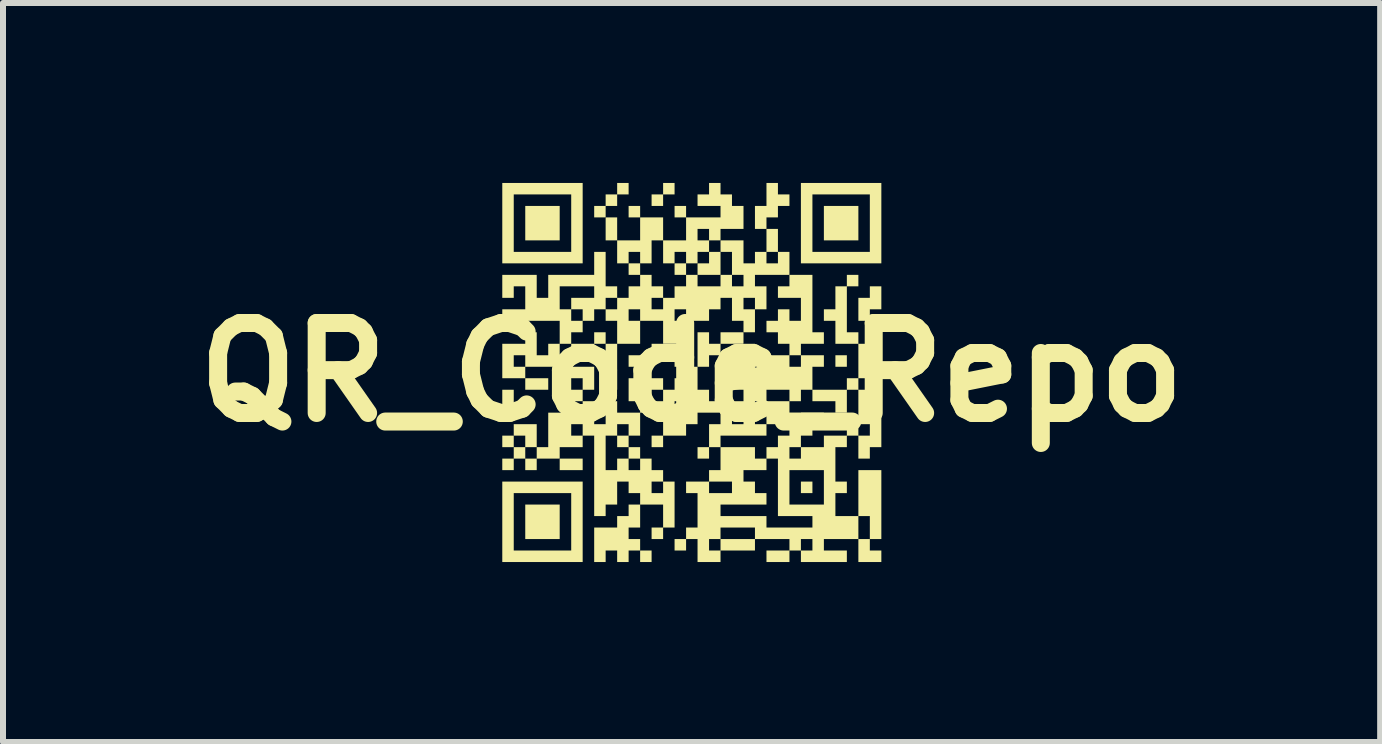
<source format=kicad_pcb>
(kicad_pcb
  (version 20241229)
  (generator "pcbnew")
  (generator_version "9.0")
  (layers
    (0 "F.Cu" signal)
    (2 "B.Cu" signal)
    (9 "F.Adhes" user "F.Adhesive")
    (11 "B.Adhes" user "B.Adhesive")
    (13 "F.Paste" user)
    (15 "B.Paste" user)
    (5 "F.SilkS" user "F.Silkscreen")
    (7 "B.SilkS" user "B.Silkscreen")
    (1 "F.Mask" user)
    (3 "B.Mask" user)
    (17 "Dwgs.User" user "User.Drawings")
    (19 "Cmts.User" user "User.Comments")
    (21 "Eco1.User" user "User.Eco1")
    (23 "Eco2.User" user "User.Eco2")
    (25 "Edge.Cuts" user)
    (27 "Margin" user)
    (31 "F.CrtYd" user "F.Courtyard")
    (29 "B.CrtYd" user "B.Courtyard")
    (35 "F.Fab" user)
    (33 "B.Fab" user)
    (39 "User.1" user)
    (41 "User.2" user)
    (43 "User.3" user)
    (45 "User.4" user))
  (footprint "QR_Code_Repo"
    (layer "F.Cu")
    (at 8.479 3.156)
    (property "Reference" "QR_Code_Repo" (at 0 0 0) (layer "F.SilkS") (effects (font (size 1.5 1.5) (thickness 0.3))))
    (attr board_only exclude_from_pos_files exclude_from_bom allow_missing_courtyard)
    (fp_poly (pts (xy -2.965 0.482) (xy -2.965 0.673) (xy -3.06 0.673) (xy -3.156 0.673) (xy -3.156 0.482) (xy -3.156 0.291) (xy -3.06 0.291) (xy -2.965 0.291)) (stroke (width 0) (type solid)) (fill yes) (layer "F.SilkS"))
    (fp_poly (pts (xy -2.39 0.195) (xy -2.39 0.291) (xy -2.582 0.291) (xy -2.773 0.291) (xy -2.773 0.195) (xy -2.773 0.099) (xy -2.582 0.099) (xy -2.39 0.099)) (stroke (width 0) (type solid)) (fill yes) (layer "F.SilkS"))
    (fp_poly (pts (xy -2.199 -2.486) (xy -2.199 -2.199) (xy -2.486 -2.199) (xy -2.773 -2.199) (xy -2.773 -2.486) (xy -2.773 -2.773) (xy -2.486 -2.773) (xy -2.199 -2.773)) (stroke (width 0) (type solid)) (fill yes) (layer "F.SilkS"))
    (fp_poly (pts (xy -2.199 2.492) (xy -2.199 2.78) (xy -2.486 2.78) (xy -2.773 2.78) (xy -2.773 2.492) (xy -2.773 2.205) (xy -2.486 2.205) (xy -2.199 2.205)) (stroke (width 0) (type solid)) (fill yes) (layer "F.SilkS"))
    (fp_poly (pts (xy -1.816 1.535) (xy -1.816 1.631) (xy -2.007 1.631) (xy -2.199 1.631) (xy -2.199 1.535) (xy -2.199 1.439) (xy -2.007 1.439) (xy -1.816 1.439)) (stroke (width 0) (type solid)) (fill yes) (layer "F.SilkS"))
    (fp_poly (pts (xy -1.241 -0.092) (xy -1.241 0.291) (xy -1.337 0.291) (xy -1.433 0.291) (xy -1.433 -0.092) (xy -1.433 -0.475) (xy -1.337 -0.475) (xy -1.241 -0.475)) (stroke (width 0) (type solid)) (fill yes) (layer "F.SilkS"))
    (fp_poly (pts (xy -0.858 -2.677) (xy -0.858 -2.582) (xy -0.954 -2.582) (xy -1.05 -2.582) (xy -1.05 -2.677) (xy -1.05 -2.773) (xy -0.954 -2.773) (xy -0.858 -2.773)) (stroke (width 0) (type solid)) (fill yes) (layer "F.SilkS"))
    (fp_poly (pts (xy -0.858 -1.72) (xy -0.858 -1.624) (xy -0.954 -1.624) (xy -1.05 -1.624) (xy -1.05 -1.72) (xy -1.05 -1.816) (xy -0.954 -1.816) (xy -0.858 -1.816)) (stroke (width 0) (type solid)) (fill yes) (layer "F.SilkS"))
    (fp_poly (pts (xy -0.858 -0.188) (xy -0.858 -0.092) (xy -0.954 -0.092) (xy -1.05 -0.092) (xy -1.05 -0.188) (xy -1.05 -0.284) (xy -0.954 -0.284) (xy -0.858 -0.284)) (stroke (width 0) (type solid)) (fill yes) (layer "F.SilkS"))
    (fp_poly (pts (xy -0.667 3.067) (xy -0.667 3.163) (xy -0.763 3.163) (xy -0.858 3.163) (xy -0.858 3.067) (xy -0.858 2.971) (xy -0.763 2.971) (xy -0.667 2.971)) (stroke (width 0) (type solid)) (fill yes) (layer "F.SilkS"))
    (fp_poly (pts (xy -0.475 -0.38) (xy -0.475 -0.284) (xy -0.571 -0.284) (xy -0.667 -0.284) (xy -0.667 -0.38) (xy -0.667 -0.475) (xy -0.571 -0.475) (xy -0.475 -0.475)) (stroke (width 0) (type solid)) (fill yes) (layer "F.SilkS"))
    (fp_poly (pts (xy -0.092 -1.72) (xy -0.092 -1.624) (xy -0.188 -1.624) (xy -0.284 -1.624) (xy -0.284 -1.72) (xy -0.284 -1.816) (xy -0.188 -1.816) (xy -0.092 -1.816)) (stroke (width 0) (type solid)) (fill yes) (layer "F.SilkS"))
    (fp_poly (pts (xy -0.092 -0.188) (xy -0.092 -0.092) (xy -0.188 -0.092) (xy -0.284 -0.092) (xy -0.284 -0.188) (xy -0.284 -0.284) (xy -0.188 -0.284) (xy -0.092 -0.284)) (stroke (width 0) (type solid)) (fill yes) (layer "F.SilkS"))
    (fp_poly (pts (xy 1.631 0.673) (xy 1.631 0.865) (xy 1.439 0.865) (xy 1.248 0.865) (xy 1.248 0.673) (xy 1.248 0.482) (xy 1.439 0.482) (xy 1.631 0.482)) (stroke (width 0) (type solid)) (fill yes) (layer "F.SilkS"))
    (fp_poly (pts (xy 2.014 1.918) (xy 2.014 2.014) (xy 1.918 2.014) (xy 1.822 2.014) (xy 1.822 1.918) (xy 1.822 1.822) (xy 1.918 1.822) (xy 2.014 1.822)) (stroke (width 0) (type solid)) (fill yes) (layer "F.SilkS"))
    (fp_poly (pts (xy 2.588 -0.188) (xy 2.588 -0.092) (xy 2.492 -0.092) (xy 2.397 -0.092) (xy 2.397 -0.188) (xy 2.397 -0.284) (xy 2.492 -0.284) (xy 2.588 -0.284)) (stroke (width 0) (type solid)) (fill yes) (layer "F.SilkS"))
    (fp_poly (pts (xy 2.78 -2.486) (xy 2.78 -2.199) (xy 2.492 -2.199) (xy 2.205 -2.199) (xy 2.205 -2.486) (xy 2.205 -2.773) (xy 2.492 -2.773) (xy 2.78 -2.773)) (stroke (width 0) (type solid)) (fill yes) (layer "F.SilkS"))
    (fp_poly (pts (xy 0.482 -1.816) (xy 0.482 -1.624) (xy 0.291 -1.624) (xy 0.099 -1.624) (xy 0.099 -1.72) (xy 0.099 -1.816) (xy 0.195 -1.816) (xy 0.291 -1.816) (xy 0.291 -1.911) (xy 0.291 -2.007) (xy 0.386 -2.007) (xy 0.482 -2.007)) (stroke (width 0) (type solid)) (fill yes) (layer "F.SilkS"))
    (fp_poly (pts (xy -1.433 -0.571) (xy -1.433 -0.475) (xy -1.528 -0.475) (xy -1.624 -0.475) (xy -1.624 -0.38) (xy -1.624 -0.284) (xy -1.816 -0.284) (xy -2.007 -0.284) (xy -2.007 -0.38) (xy -2.007 -0.475) (xy -1.816 -0.475) (xy -1.624 -0.475) (xy -1.624 -0.571) (xy -1.624 -0.667) (xy -1.528 -0.667) (xy -1.433 -0.667)) (stroke (width 0) (type solid)) (fill yes) (layer "F.SilkS"))
    (fp_poly (pts (xy -0.284 -3.06) (xy -0.284 -2.965) (xy -0.38 -2.965) (xy -0.475 -2.965) (xy -0.475 -2.869) (xy -0.475 -2.773) (xy -0.571 -2.773) (xy -0.667 -2.773) (xy -0.667 -2.869) (xy -0.667 -2.965) (xy -0.571 -2.965) (xy -0.475 -2.965) (xy -0.475 -3.06) (xy -0.475 -3.156) (xy -0.38 -3.156) (xy -0.284 -3.156)) (stroke (width 0) (type solid)) (fill yes) (layer "F.SilkS"))
    (fp_poly (pts (xy 3.163 -1.241) (xy 3.163 -1.05) (xy 3.067 -1.05) (xy 2.971 -1.05) (xy 2.971 -0.954) (xy 2.971 -0.858) (xy 2.875 -0.858) (xy 2.78 -0.858) (xy 2.78 -1.05) (xy 2.78 -1.241) (xy 2.875 -1.241) (xy 2.971 -1.241) (xy 2.971 -1.337) (xy 2.971 -1.433) (xy 3.067 -1.433) (xy 3.163 -1.433)) (stroke (width 0) (type solid)) (fill yes) (layer "F.SilkS"))
    (fp_poly (pts (xy -1.816 -2.486) (xy -1.816 -1.816) (xy -2.486 -1.816) (xy -3.156 -1.816) (xy -3.156 -2.486) (xy -3.156 -2.965) (xy -2.965 -2.965) (xy -2.965 -2.486) (xy -2.965 -2.007) (xy -2.486 -2.007) (xy -2.007 -2.007) (xy -2.007 -2.486) (xy -2.007 -2.965) (xy -2.486 -2.965) (xy -2.965 -2.965) (xy -3.156 -2.965) (xy -3.156 -3.156) (xy -2.486 -3.156) (xy -1.816 -3.156)) (stroke (width 0) (type solid)) (fill yes) (layer "F.SilkS"))
    (fp_poly (pts (xy -1.816 2.492) (xy -1.816 3.163) (xy -2.486 3.163) (xy -3.156 3.163) (xy -3.156 2.492) (xy -3.156 2.014) (xy -2.965 2.014) (xy -2.965 2.492) (xy -2.965 2.971) (xy -2.486 2.971) (xy -2.007 2.971) (xy -2.007 2.492) (xy -2.007 2.014) (xy -2.486 2.014) (xy -2.965 2.014) (xy -3.156 2.014) (xy -3.156 1.822) (xy -2.486 1.822) (xy -1.816 1.822)) (stroke (width 0) (type solid)) (fill yes) (layer "F.SilkS"))
    (fp_poly (pts (xy 3.163 -2.486) (xy 3.163 -1.816) (xy 2.492 -1.816) (xy 1.822 -1.816) (xy 1.822 -2.486) (xy 1.822 -2.965) (xy 2.014 -2.965) (xy 2.014 -2.486) (xy 2.014 -2.007) (xy 2.492 -2.007) (xy 2.971 -2.007) (xy 2.971 -2.486) (xy 2.971 -2.965) (xy 2.492 -2.965) (xy 2.014 -2.965) (xy 1.822 -2.965) (xy 1.822 -3.156) (xy 2.492 -3.156) (xy 3.163 -3.156)) (stroke (width 0) (type solid)) (fill yes) (layer "F.SilkS"))
    (fp_poly (pts (xy -1.05 -3.06) (xy -1.05 -2.965) (xy -1.146 -2.965) (xy -1.241 -2.965) (xy -1.241 -2.869) (xy -1.241 -2.773) (xy -1.337 -2.773) (xy -1.433 -2.773) (xy -1.433 -2.677) (xy -1.433 -2.582) (xy -1.528 -2.582) (xy -1.624 -2.582) (xy -1.624 -2.677) (xy -1.624 -2.773) (xy -1.528 -2.773) (xy -1.433 -2.773) (xy -1.433 -2.869) (xy -1.433 -2.965) (xy -1.337 -2.965) (xy -1.241 -2.965) (xy -1.241 -3.06) (xy -1.241 -3.156) (xy -1.146 -3.156) (xy -1.05 -3.156)) (stroke (width 0) (type solid)) (fill yes) (layer "F.SilkS"))
    (fp_poly (pts (xy 0.291 -0.571) (xy 0.291 -0.475) (xy 0.386 -0.475) (xy 0.482 -0.475) (xy 0.482 -0.571) (xy 0.482 -0.667) (xy 0.673 -0.667) (xy 0.865 -0.667) (xy 0.865 -0.571) (xy 0.865 -0.475) (xy 0.673 -0.475) (xy 0.482 -0.475) (xy 0.482 -0.38) (xy 0.482 -0.284) (xy 0.386 -0.284) (xy 0.291 -0.284) (xy 0.291 -0.188) (xy 0.291 -0.092) (xy 0.195 -0.092) (xy 0.099 -0.092) (xy 0.099 -0.38) (xy 0.099 -0.667) (xy 0.195 -0.667) (xy 0.291 -0.667)) (stroke (width 0) (type solid)) (fill yes) (layer "F.SilkS"))
    (fp_poly (pts (xy 1.439 -3.06) (xy 1.439 -2.965) (xy 1.535 -2.965) (xy 1.631 -2.965) (xy 1.631 -2.869) (xy 1.631 -2.773) (xy 1.535 -2.773) (xy 1.439 -2.773) (xy 1.439 -2.677) (xy 1.439 -2.582) (xy 1.344 -2.582) (xy 1.248 -2.582) (xy 1.248 -2.486) (xy 1.248 -2.39) (xy 1.152 -2.39) (xy 1.056 -2.39) (xy 1.056 -2.582) (xy 1.056 -2.773) (xy 1.152 -2.773) (xy 1.248 -2.773) (xy 1.248 -2.965) (xy 1.248 -3.156) (xy 1.344 -3.156) (xy 1.439 -3.156)) (stroke (width 0) (type solid)) (fill yes) (layer "F.SilkS"))
    (fp_poly (pts (xy 0.482 -3.06) (xy 0.482 -2.965) (xy 0.578 -2.965) (xy 0.673 -2.965) (xy 0.673 -2.869) (xy 0.673 -2.773) (xy 0.769 -2.773) (xy 0.865 -2.773) (xy 0.865 -2.582) (xy 0.865 -2.39) (xy 0.673 -2.39) (xy 0.482 -2.39) (xy 0.482 -2.294) (xy 0.482 -2.199) (xy 0.386 -2.199) (xy 0.291 -2.199) (xy 0.291 -2.103) (xy 0.291 -2.007) (xy 0.195 -2.007) (xy 0.099 -2.007) (xy 0.099 -1.911) (xy 0.099 -1.816) (xy 0.003 -1.816) (xy -0.092 -1.816) (xy -0.092 -1.911) (xy -0.092 -2.007) (xy -0.188 -2.007) (xy -0.284 -2.007) (xy -0.284 -1.911) (xy -0.284 -1.816) (xy -0.38 -1.816) (xy -0.475 -1.816) (xy -0.475 -2.007) (xy -0.475 -2.199) (xy -0.571 -2.199) (xy -0.667 -2.199) (xy -0.667 -2.007) (xy -0.667 -1.816) (xy -0.763 -1.816) (xy -0.858 -1.816) (xy -0.858 -1.911) (xy -0.858 -2.007) (xy -0.954 -2.007) (xy -1.05 -2.007) (xy -1.05 -1.911) (xy -1.05 -1.816) (xy -1.146 -1.816) (xy -1.241 -1.816) (xy -1.241 -2.007) (xy -1.241 -2.199) (xy -1.337 -2.199) (xy -1.433 -2.199) (xy -1.433 -2.39) (xy -1.433 -2.582) (xy -1.337 -2.582) (xy -1.241 -2.582) (xy -1.241 -2.39) (xy -1.241 -2.199) (xy -1.05 -2.199) (xy -0.858 -2.199) (xy -0.858 -2.39) (xy -0.858 -2.582) (xy -0.667 -2.582) (xy -0.475 -2.582) (xy -0.475 -2.39) (xy -0.475 -2.199) (xy -0.284 -2.199) (xy -0.092 -2.199) (xy -0.092 -2.39) (xy 0.099 -2.39) (xy 0.099 -2.294) (xy 0.099 -2.199) (xy 0.195 -2.199) (xy 0.291 -2.199) (xy 0.291 -2.294) (xy 0.291 -2.39) (xy 0.195 -2.39) (xy 0.099 -2.39) (xy -0.092 -2.39) (xy -0.092 -2.582) (xy -0.188 -2.582) (xy -0.284 -2.582) (xy -0.284 -2.677) (xy -0.284 -2.773) (xy -0.188 -2.773) (xy -0.092 -2.773) (xy -0.092 -2.677) (xy -0.092 -2.582) (xy 0.195 -2.582) (xy 0.482 -2.582) (xy 0.482 -2.677) (xy 0.482 -2.773) (xy 0.291 -2.773) (xy 0.099 -2.773) (xy 0.099 -2.869) (xy 0.099 -2.965) (xy 0.195 -2.965) (xy 0.291 -2.965) (xy 0.291 -3.06) (xy 0.291 -3.156) (xy 0.386 -3.156) (xy 0.482 -3.156)) (stroke (width 0) (type solid)) (fill yes) (layer "F.SilkS"))
    (fp_poly (pts (xy 1.439 -2.199) (xy 1.439 -2.007) (xy 1.344 -2.007) (xy 1.248 -2.007) (xy 1.248 -1.911) (xy 1.248 -1.816) (xy 1.344 -1.816) (xy 1.439 -1.816) (xy 1.439 -1.911) (xy 1.439 -2.007) (xy 1.535 -2.007) (xy 1.631 -2.007) (xy 1.631 -1.816) (xy 1.631 -1.624) (xy 1.344 -1.624) (xy 1.056 -1.624) (xy 1.056 -1.528) (xy 1.056 -1.433) (xy 1.152 -1.433) (xy 1.248 -1.433) (xy 1.248 -1.241) (xy 1.248 -1.05) (xy 1.152 -1.05) (xy 1.056 -1.05) (xy 1.056 -1.146) (xy 1.056 -1.241) (xy 0.961 -1.241) (xy 0.865 -1.241) (xy 0.865 -1.146) (xy 0.865 -1.05) (xy 0.961 -1.05) (xy 1.056 -1.05) (xy 1.056 -0.858) (xy 1.056 -0.667) (xy 0.961 -0.667) (xy 0.865 -0.667) (xy 0.865 -0.763) (xy 0.865 -0.858) (xy 0.769 -0.858) (xy 0.673 -0.858) (xy 0.673 -1.05) (xy 0.673 -1.241) (xy 0.578 -1.241) (xy 0.482 -1.241) (xy 0.482 -1.146) (xy 0.482 -1.05) (xy 0.386 -1.05) (xy 0.291 -1.05) (xy 0.291 -0.954) (xy 0.291 -0.858) (xy 0.099 -0.858) (xy -0.092 -0.858) (xy -0.092 -0.954) (xy -0.092 -1.05) (xy -0.188 -1.05) (xy -0.284 -1.05) (xy -0.284 -0.954) (xy -0.284 -0.858) (xy -0.188 -0.858) (xy -0.092 -0.858) (xy -0.092 -0.667) (xy -0.092 -0.475) (xy -0.284 -0.475) (xy -0.475 -0.475) (xy -0.475 -0.667) (xy -0.475 -0.858) (xy -0.667 -0.858) (xy -0.858 -0.858) (xy -0.858 -0.667) (xy -0.858 -0.475) (xy -1.05 -0.475) (xy -1.241 -0.475) (xy -1.241 -0.667) (xy -1.241 -0.858) (xy -1.337 -0.858) (xy -1.433 -0.858) (xy -1.433 -0.954) (xy -1.433 -1.05) (xy -1.337 -1.05) (xy -1.241 -1.05) (xy -1.05 -1.05) (xy -1.05 -0.954) (xy -1.05 -0.858) (xy -0.954 -0.858) (xy -0.858 -0.858) (xy -0.858 -0.954) (xy -0.858 -1.05) (xy -0.954 -1.05) (xy -1.05 -1.05) (xy -1.241 -1.05) (xy -1.241 -1.146) (xy -1.241 -1.241) (xy -1.337 -1.241) (xy -1.433 -1.241) (xy -1.433 -1.146) (xy -1.433 -1.05) (xy -1.528 -1.05) (xy -1.624 -1.05) (xy -1.624 -0.954) (xy -1.624 -0.858) (xy -1.72 -0.858) (xy -1.816 -0.858) (xy -1.816 -0.954) (xy -1.816 -1.05) (xy -1.911 -1.05) (xy -2.007 -1.05) (xy -2.007 -0.954) (xy -2.007 -0.858) (xy -1.911 -0.858) (xy -1.816 -0.858) (xy -1.816 -0.763) (xy -1.816 -0.667) (xy -1.911 -0.667) (xy -2.007 -0.667) (xy -2.007 -0.571) (xy -2.007 -0.475) (xy -2.103 -0.475) (xy -2.199 -0.475) (xy -2.199 -0.38) (xy -2.199 -0.284) (xy -2.103 -0.284) (xy -2.007 -0.284) (xy -2.007 -0.188) (xy -2.007 -0.092) (xy -1.816 -0.092) (xy -1.624 -0.092) (xy -1.624 0.099) (xy -1.624 0.291) (xy -1.72 0.291) (xy -1.816 0.291) (xy -1.816 0.195) (xy -1.816 0.099) (xy -1.911 0.099) (xy -2.007 0.099) (xy -2.007 0.195) (xy -2.007 0.291) (xy -1.911 0.291) (xy -1.816 0.291) (xy -1.816 0.386) (xy -1.816 0.482) (xy -2.007 0.482) (xy -2.199 0.482) (xy -2.199 0.195) (xy -2.199 -0.092) (xy -2.486 -0.092) (xy -2.773 -0.092) (xy -2.773 0.003) (xy -2.773 0.099) (xy -2.965 0.099) (xy -3.156 0.099) (xy -3.156 -0.188) (xy -3.156 -0.284) (xy -2.965 -0.284) (xy -2.965 -0.188) (xy -2.965 -0.092) (xy -2.869 -0.092) (xy -2.773 -0.092) (xy -2.773 -0.188) (xy -2.773 -0.284) (xy -2.869 -0.284) (xy -2.965 -0.284) (xy -3.156 -0.284) (xy -3.156 -0.475) (xy -2.965 -0.475) (xy -2.773 -0.475) (xy -2.773 -0.571) (xy -2.773 -0.667) (xy -2.677 -0.667) (xy -2.582 -0.667) (xy -2.582 -0.475) (xy -2.582 -0.284) (xy -2.486 -0.284) (xy -2.39 -0.284) (xy -2.39 -0.38) (xy -2.39 -0.475) (xy -2.294 -0.475) (xy -2.199 -0.475) (xy -2.199 -0.667) (xy -2.199 -0.858) (xy -2.677 -0.858) (xy -3.156 -0.858) (xy -3.156 -0.954) (xy -3.156 -1.05) (xy -2.965 -1.05) (xy -2.773 -1.05) (xy -2.773 -1.241) (xy -2.773 -1.433) (xy -2.869 -1.433) (xy -2.965 -1.433) (xy -2.965 -1.337) (xy -2.965 -1.241) (xy -3.06 -1.241) (xy -3.156 -1.241) (xy -3.156 -1.433) (xy -3.156 -1.624) (xy -2.869 -1.624) (xy -2.582 -1.624) (xy -2.582 -1.433) (xy -2.582 -1.241) (xy -2.486 -1.241) (xy -2.39 -1.241) (xy -2.39 -1.433) (xy -2.199 -1.433) (xy -2.199 -1.241) (xy -2.199 -1.05) (xy -2.103 -1.05) (xy -2.007 -1.05) (xy -2.007 -1.146) (xy -2.007 -1.241) (xy -1.816 -1.241) (xy -1.624 -1.241) (xy -1.624 -1.337) (xy -1.624 -1.433) (xy -1.911 -1.433) (xy -2.199 -1.433) (xy -2.39 -1.433) (xy -2.39 -1.624) (xy -2.007 -1.624) (xy -1.624 -1.624) (xy -1.624 -1.816) (xy -1.624 -2.007) (xy -1.528 -2.007) (xy -1.433 -2.007) (xy -1.433 -1.72) (xy -1.433 -1.433) (xy -1.337 -1.433) (xy -1.241 -1.433) (xy -1.241 -1.337) (xy -1.241 -1.241) (xy -1.146 -1.241) (xy -1.05 -1.241) (xy -1.05 -1.337) (xy -1.05 -1.433) (xy -0.954 -1.433) (xy -0.858 -1.433) (xy -0.858 -1.528) (xy -0.858 -1.624) (xy -0.763 -1.624) (xy -0.667 -1.624) (xy -0.667 -1.528) (xy -0.667 -1.433) (xy -0.571 -1.433) (xy -0.475 -1.433) (xy -0.475 -1.337) (xy -0.475 -1.241) (xy -0.571 -1.241) (xy -0.667 -1.241) (xy -0.667 -1.146) (xy -0.667 -1.05) (xy -0.571 -1.05) (xy -0.475 -1.05) (xy -0.475 -1.146) (xy -0.475 -1.241) (xy -0.38 -1.241) (xy -0.284 -1.241) (xy -0.284 -1.337) (xy -0.284 -1.433) (xy -0.188 -1.433) (xy -0.092 -1.433) (xy -0.092 -1.528) (xy -0.092 -1.624) (xy 0.003 -1.624) (xy 0.099 -1.624) (xy 0.099 -1.528) (xy 0.099 -1.433) (xy 0.291 -1.433) (xy 0.482 -1.433) (xy 0.482 -1.528) (xy 0.482 -1.624) (xy 0.578 -1.624) (xy 0.673 -1.624) (xy 0.673 -1.528) (xy 0.673 -1.433) (xy 0.769 -1.433) (xy 0.865 -1.433) (xy 0.865 -1.528) (xy 0.865 -1.624) (xy 0.769 -1.624) (xy 0.673 -1.624) (xy 0.673 -1.816) (xy 0.673 -2.007) (xy 0.578 -2.007) (xy 0.482 -2.007) (xy 0.482 -2.103) (xy 0.482 -2.199) (xy 0.673 -2.199) (xy 0.865 -2.199) (xy 0.865 -2.007) (xy 0.865 -1.816) (xy 0.961 -1.816) (xy 1.056 -1.816) (xy 1.056 -1.911) (xy 1.056 -2.007) (xy 1.152 -2.007) (xy 1.248 -2.007) (xy 1.248 -2.199) (xy 1.248 -2.39) (xy 1.344 -2.39) (xy 1.439 -2.39)) (stroke (width 0) (type solid)) (fill yes) (layer "F.SilkS"))
    (fp_poly (pts (xy 2.014 -1.146) (xy 2.014 -0.667) (xy 2.11 -0.667) (xy 2.205 -0.667) (xy 2.205 -0.571) (xy 2.205 -0.475) (xy 2.014 -0.475) (xy 1.822 -0.475) (xy 1.822 -0.38) (xy 1.822 -0.284) (xy 1.727 -0.284) (xy 1.631 -0.284) (xy 1.631 -0.188) (xy 1.631 -0.092) (xy 1.727 -0.092) (xy 1.822 -0.092) (xy 1.822 -0.188) (xy 1.822 -0.284) (xy 2.014 -0.284) (xy 2.205 -0.284) (xy 2.205 -0.188) (xy 2.205 -0.092) (xy 2.11 -0.092) (xy 2.014 -0.092) (xy 2.014 0.099) (xy 2.014 0.291) (xy 2.301 0.291) (xy 2.588 0.291) (xy 2.588 0.195) (xy 2.588 0.099) (xy 2.684 0.099) (xy 2.78 0.099) (xy 2.78 -0.188) (xy 2.78 -0.475) (xy 2.588 -0.475) (xy 2.397 -0.475) (xy 2.397 -0.667) (xy 2.397 -0.858) (xy 2.301 -0.858) (xy 2.205 -0.858) (xy 2.205 -0.954) (xy 2.205 -1.05) (xy 2.301 -1.05) (xy 2.397 -1.05) (xy 2.397 -1.241) (xy 2.397 -1.433) (xy 2.492 -1.433) (xy 2.588 -1.433) (xy 2.588 -1.528) (xy 2.588 -1.624) (xy 2.684 -1.624) (xy 2.78 -1.624) (xy 2.78 -1.528) (xy 2.78 -1.433) (xy 2.684 -1.433) (xy 2.588 -1.433) (xy 2.588 -1.05) (xy 2.588 -0.667) (xy 2.684 -0.667) (xy 2.78 -0.667) (xy 2.78 -0.571) (xy 2.78 -0.475) (xy 2.875 -0.475) (xy 2.971 -0.475) (xy 2.971 -0.667) (xy 2.971 -0.858) (xy 3.067 -0.858) (xy 3.163 -0.858) (xy 3.163 -0.571) (xy 3.163 -0.284) (xy 3.067 -0.284) (xy 2.971 -0.284) (xy 2.971 -0.188) (xy 2.971 -0.092) (xy 3.067 -0.092) (xy 3.163 -0.092) (xy 3.163 0.195) (xy 3.163 0.482) (xy 3.067 0.482) (xy 2.971 0.482) (xy 2.971 0.578) (xy 2.971 0.673) (xy 3.067 0.673) (xy 3.163 0.673) (xy 3.163 0.961) (xy 3.163 1.248) (xy 3.067 1.248) (xy 2.971 1.248) (xy 2.971 1.344) (xy 2.971 1.439) (xy 2.875 1.439) (xy 2.78 1.439) (xy 2.78 1.248) (xy 2.78 1.056) (xy 2.684 1.056) (xy 2.588 1.056) (xy 2.588 1.152) (xy 2.588 1.248) (xy 2.492 1.248) (xy 2.397 1.248) (xy 2.397 1.535) (xy 2.397 1.822) (xy 2.492 1.822) (xy 2.588 1.822) (xy 2.588 1.918) (xy 2.588 2.014) (xy 2.492 2.014) (xy 2.397 2.014) (xy 2.397 2.205) (xy 2.397 2.397) (xy 2.588 2.397) (xy 2.78 2.397) (xy 2.78 2.588) (xy 2.78 2.78) (xy 2.875 2.78) (xy 2.971 2.78) (xy 2.971 2.588) (xy 2.971 2.397) (xy 2.875 2.397) (xy 2.78 2.397) (xy 2.78 2.014) (xy 2.78 1.631) (xy 2.971 1.631) (xy 3.163 1.631) (xy 3.163 2.205) (xy 3.163 2.78) (xy 3.067 2.78) (xy 2.971 2.78) (xy 2.971 2.875) (xy 2.971 2.971) (xy 3.067 2.971) (xy 3.163 2.971) (xy 3.163 3.067) (xy 3.163 3.163) (xy 2.971 3.163) (xy 2.78 3.163) (xy 2.78 2.971) (xy 2.78 2.78) (xy 2.492 2.78) (xy 2.205 2.78) (xy 2.205 2.875) (xy 2.205 2.971) (xy 2.397 2.971) (xy 2.588 2.971) (xy 2.588 3.067) (xy 2.588 3.163) (xy 2.205 3.163) (xy 1.822 3.163) (xy 1.822 3.067) (xy 1.822 2.971) (xy 1.727 2.971) (xy 1.631 2.971) (xy 1.631 3.067) (xy 1.631 3.163) (xy 1.439 3.163) (xy 1.248 3.163) (xy 1.248 3.067) (xy 1.248 2.971) (xy 1.439 2.971) (xy 1.631 2.971) (xy 1.631 2.875) (xy 1.631 2.78) (xy 1.822 2.78) (xy 1.822 2.875) (xy 1.822 2.971) (xy 1.918 2.971) (xy 2.014 2.971) (xy 2.014 2.875) (xy 2.014 2.78) (xy 1.918 2.78) (xy 1.822 2.78) (xy 1.631 2.78) (xy 1.344 2.78) (xy 1.056 2.78) (xy 1.056 2.875) (xy 1.056 2.971) (xy 0.769 2.971) (xy 0.482 2.971) (xy 0.482 3.067) (xy 0.482 3.163) (xy 0.291 3.163) (xy 0.099 3.163) (xy 0.099 2.971) (xy 0.291 2.971) (xy 0.386 2.971) (xy 0.482 2.971) (xy 0.482 2.875) (xy 0.482 2.78) (xy 0.769 2.78) (xy 1.056 2.78) (xy 1.056 2.684) (xy 1.056 2.588) (xy 0.769 2.588) (xy 0.482 2.588) (xy 0.482 2.684) (xy 0.482 2.78) (xy 0.386 2.78) (xy 0.291 2.78) (xy 0.291 2.875) (xy 0.291 2.971) (xy 0.099 2.971) (xy 0.099 2.78) (xy 0.003 2.78) (xy -0.092 2.78) (xy -0.092 2.875) (xy -0.092 2.971) (xy -0.188 2.971) (xy -0.284 2.971) (xy -0.284 2.875) (xy -0.284 2.78) (xy -0.188 2.78) (xy -0.092 2.78) (xy -0.092 2.684) (xy -0.092 2.588) (xy 0.003 2.588) (xy 0.099 2.588) (xy 0.099 2.397) (xy 0.482 2.397) (xy 0.865 2.397) (xy 1.248 2.397) (xy 1.248 2.492) (xy 1.248 2.588) (xy 1.631 2.588) (xy 2.014 2.588) (xy 2.014 2.492) (xy 2.014 2.397) (xy 1.727 2.397) (xy 1.439 2.397) (xy 1.439 1.918) (xy 1.439 1.631) (xy 1.631 1.631) (xy 1.631 1.918) (xy 1.631 2.205) (xy 1.918 2.205) (xy 2.205 2.205) (xy 2.205 1.918) (xy 2.205 1.631) (xy 1.918 1.631) (xy 1.631 1.631) (xy 1.439 1.631) (xy 1.439 1.439) (xy 1.344 1.439) (xy 1.248 1.439) (xy 1.248 1.535) (xy 1.248 1.631) (xy 1.056 1.631) (xy 0.865 1.631) (xy 0.865 1.727) (xy 0.865 1.822) (xy 0.961 1.822) (xy 1.056 1.822) (xy 1.056 1.918) (xy 1.056 2.014) (xy 1.152 2.014) (xy 1.248 2.014) (xy 1.248 2.11) (xy 1.248 2.205) (xy 0.865 2.205) (xy 0.482 2.205) (xy 0.482 2.301) (xy 0.482 2.397) (xy 0.099 2.397) (xy 0.099 2.301) (xy 0.099 2.014) (xy 0.003 2.014) (xy -0.092 2.014) (xy -0.092 1.918) (xy -0.092 1.822) (xy 0.099 1.822) (xy 0.291 1.822) (xy 0.291 1.918) (xy 0.291 2.014) (xy 0.482 2.014) (xy 0.673 2.014) (xy 0.673 1.918) (xy 0.673 1.822) (xy 0.482 1.822) (xy 0.291 1.822) (xy 0.291 1.727) (xy 0.291 1.631) (xy 0.386 1.631) (xy 0.482 1.631) (xy 0.482 1.439) (xy 0.482 1.248) (xy 0.769 1.248) (xy 1.056 1.248) (xy 1.056 1.344) (xy 1.056 1.439) (xy 1.152 1.439) (xy 1.248 1.439) (xy 1.248 1.344) (xy 1.248 1.248) (xy 1.344 1.248) (xy 1.439 1.248) (xy 1.439 1.152) (xy 1.439 1.056) (xy 1.535 1.056) (xy 1.631 1.056) (xy 1.631 0.961) (xy 1.631 0.865) (xy 1.727 0.865) (xy 1.822 0.865) (xy 1.822 0.769) (xy 1.822 0.673) (xy 2.014 0.673) (xy 2.205 0.673) (xy 2.205 0.769) (xy 2.205 0.865) (xy 2.11 0.865) (xy 2.014 0.865) (xy 2.014 0.961) (xy 2.014 1.056) (xy 1.918 1.056) (xy 1.822 1.056) (xy 1.822 1.152) (xy 1.822 1.248) (xy 1.727 1.248) (xy 1.631 1.248) (xy 1.631 1.344) (xy 1.631 1.439) (xy 1.727 1.439) (xy 1.822 1.439) (xy 1.822 1.344) (xy 1.822 1.248) (xy 2.014 1.248) (xy 2.205 1.248) (xy 2.205 1.152) (xy 2.205 1.056) (xy 2.397 1.056) (xy 2.588 1.056) (xy 2.588 0.961) (xy 2.588 0.865) (xy 2.684 0.865) (xy 2.78 0.865) (xy 2.78 0.961) (xy 2.78 1.056) (xy 2.875 1.056) (xy 2.971 1.056) (xy 2.971 0.961) (xy 2.971 0.865) (xy 2.875 0.865) (xy 2.78 0.865) (xy 2.78 0.578) (xy 2.78 0.291) (xy 2.875 0.291) (xy 2.971 0.291) (xy 2.971 0.195) (xy 2.971 0.099) (xy 2.875 0.099) (xy 2.78 0.099) (xy 2.78 0.195) (xy 2.78 0.291) (xy 2.684 0.291) (xy 2.588 0.291) (xy 2.588 0.482) (xy 2.588 0.673) (xy 2.492 0.673) (xy 2.397 0.673) (xy 2.397 0.578) (xy 2.397 0.482) (xy 2.205 0.482) (xy 2.014 0.482) (xy 2.014 0.386) (xy 2.014 0.291) (xy 1.918 0.291) (xy 1.822 0.291) (xy 1.822 0.386) (xy 1.822 0.482) (xy 1.727 0.482) (xy 1.631 0.482) (xy 1.631 0.386) (xy 1.631 0.291) (xy 1.439 0.291) (xy 1.248 0.291) (xy 1.248 0.386) (xy 1.248 0.482) (xy 1.152 0.482) (xy 1.056 0.482) (xy 1.056 0.673) (xy 1.056 0.865) (xy 1.152 0.865) (xy 1.248 0.865) (xy 1.248 0.961) (xy 1.248 1.056) (xy 0.865 1.056) (xy 0.482 1.056) (xy 0.482 1.152) (xy 0.482 1.248) (xy 0.386 1.248) (xy 0.291 1.248) (xy 0.291 1.344) (xy 0.291 1.439) (xy 0.195 1.439) (xy 0.099 1.439) (xy 0.099 1.344) (xy 0.099 1.248) (xy 0.195 1.248) (xy 0.291 1.248) (xy 0.291 1.056) (xy 0.291 0.865) (xy 0.386 0.865) (xy 0.482 0.865) (xy 0.482 0.769) (xy 0.482 0.673) (xy 0.291 0.673) (xy 0.099 0.673) (xy 0.099 0.769) (xy 0.099 0.865) (xy 0.003 0.865) (xy -0.092 0.865) (xy -0.092 0.961) (xy -0.092 1.056) (xy -0.284 1.056) (xy -0.475 1.056) (xy -0.475 1.152) (xy -0.475 1.248) (xy -0.571 1.248) (xy -0.667 1.248) (xy -0.667 1.152) (xy -0.667 1.056) (xy -0.571 1.056) (xy -0.475 1.056) (xy -0.475 0.865) (xy -0.475 0.673) (xy -0.667 0.673) (xy -0.858 0.673) (xy -0.858 0.865) (xy -0.858 1.056) (xy -0.954 1.056) (xy -1.05 1.056) (xy -1.05 1.152) (xy -1.05 1.248) (xy -1.146 1.248) (xy -1.241 1.248) (xy -1.241 1.152) (xy -1.241 1.056) (xy -1.146 1.056) (xy -1.05 1.056) (xy -1.05 0.961) (xy -1.05 0.865) (xy -1.146 0.865) (xy -1.241 0.865) (xy -1.241 0.961) (xy -1.241 1.056) (xy -1.337 1.056) (xy -1.433 1.056) (xy -1.433 1.344) (xy -1.433 1.631) (xy -1.337 1.631) (xy -1.241 1.631) (xy -1.241 1.535) (xy -1.241 1.439) (xy -1.146 1.439) (xy -1.05 1.439) (xy -1.05 1.344) (xy -1.05 1.248) (xy -0.954 1.248) (xy -0.858 1.248) (xy -0.858 1.344) (xy -0.858 1.439) (xy -0.954 1.439) (xy -1.05 1.439) (xy -1.05 1.535) (xy -1.05 1.631) (xy -0.954 1.631) (xy -0.858 1.631) (xy -0.858 1.535) (xy -0.858 1.439) (xy -0.763 1.439) (xy -0.667 1.439) (xy -0.667 1.535) (xy -0.667 1.631) (xy -0.571 1.631) (xy -0.475 1.631) (xy -0.475 1.727) (xy -0.475 1.822) (xy -0.571 1.822) (xy -0.667 1.822) (xy -0.667 1.918) (xy -0.667 2.014) (xy -0.571 2.014) (xy -0.475 2.014) (xy -0.475 1.918) (xy -0.475 1.822) (xy -0.38 1.822) (xy -0.284 1.822) (xy -0.284 2.205) (xy -0.284 2.588) (xy -0.38 2.588) (xy -0.475 2.588) (xy -0.475 2.684) (xy -0.475 2.78) (xy -0.571 2.78) (xy -0.667 2.78) (xy -0.667 2.684) (xy -0.667 2.588) (xy -0.571 2.588) (xy -0.475 2.588) (xy -0.475 2.397) (xy -0.475 2.205) (xy -0.667 2.205) (xy -0.858 2.205) (xy -0.858 2.397) (xy -0.858 2.588) (xy -0.954 2.588) (xy -1.05 2.588) (xy -1.05 2.684) (xy -1.05 2.78) (xy -0.954 2.78) (xy -0.858 2.78) (xy -0.858 2.875) (xy -0.858 2.971) (xy -0.954 2.971) (xy -1.05 2.971) (xy -1.05 3.067) (xy -1.05 3.163) (xy -1.146 3.163) (xy -1.241 3.163) (xy -1.241 3.067) (xy -1.241 2.971) (xy -1.337 2.971) (xy -1.433 2.971) (xy -1.433 3.067) (xy -1.433 3.163) (xy -1.528 3.163) (xy -1.624 3.163) (xy -1.624 2.875) (xy -1.624 2.588) (xy -1.433 2.588) (xy -1.241 2.588) (xy -1.241 2.492) (xy -1.241 2.397) (xy -1.146 2.397) (xy -1.05 2.397) (xy -1.05 2.301) (xy -1.05 2.205) (xy -0.954 2.205) (xy -0.858 2.205) (xy -0.858 2.11) (xy -0.858 2.014) (xy -0.954 2.014) (xy -1.05 2.014) (xy -1.05 1.918) (xy -1.05 1.822) (xy -1.146 1.822) (xy -1.241 1.822) (xy -1.241 2.014) (xy -1.241 2.205) (xy -1.337 2.205) (xy -1.433 2.205) (xy -1.433 2.301) (xy -1.433 2.397) (xy -1.528 2.397) (xy -1.624 2.397) (xy -1.624 1.727) (xy -1.624 1.056) (xy -1.72 1.056) (xy -1.816 1.056) (xy -1.816 1.152) (xy -1.816 1.248) (xy -2.007 1.248) (xy -2.199 1.248) (xy -2.199 1.344) (xy -2.199 1.439) (xy -2.39 1.439) (xy -2.582 1.439) (xy -2.582 1.535) (xy -2.582 1.631) (xy -2.677 1.631) (xy -2.773 1.631) (xy -2.773 1.535) (xy -2.773 1.439) (xy -2.869 1.439) (xy -2.965 1.439) (xy -2.965 1.535) (xy -2.965 1.631) (xy -3.06 1.631) (xy -3.156 1.631) (xy -3.156 1.535) (xy -3.156 1.439) (xy -3.06 1.439) (xy -2.965 1.439) (xy -2.965 1.344) (xy -2.965 1.248) (xy -3.06 1.248) (xy -3.156 1.248) (xy -3.156 1.152) (xy -3.156 1.056) (xy -3.06 1.056) (xy -2.965 1.056) (xy -2.965 1.152) (xy -2.965 1.248) (xy -2.869 1.248) (xy -2.773 1.248) (xy -2.773 1.344) (xy -2.773 1.439) (xy -2.677 1.439) (xy -2.582 1.439) (xy -2.582 1.344) (xy -2.582 1.248) (xy -2.677 1.248) (xy -2.773 1.248) (xy -2.773 1.152) (xy -2.773 1.056) (xy -2.869 1.056) (xy -2.965 1.056) (xy -2.965 0.961) (xy -2.965 0.865) (xy -2.773 0.865) (xy -2.582 0.865) (xy -2.582 1.056) (xy -2.582 1.248) (xy -2.486 1.248) (xy -2.39 1.248) (xy -2.39 0.961) (xy -2.39 0.865) (xy -2.007 0.865) (xy -2.007 0.961) (xy -2.007 1.056) (xy -1.911 1.056) (xy -1.816 1.056) (xy -1.816 0.961) (xy -1.816 0.865) (xy -1.911 0.865) (xy -2.007 0.865) (xy -2.39 0.865) (xy -2.39 0.673) (xy -2.103 0.673) (xy -1.816 0.673) (xy -1.624 0.673) (xy -1.624 0.769) (xy -1.624 0.865) (xy -1.528 0.865) (xy -1.433 0.865) (xy -1.433 0.769) (xy -1.433 0.673) (xy -1.528 0.673) (xy -1.624 0.673) (xy -1.816 0.673) (xy -1.816 0.578) (xy -1.816 0.482) (xy -1.528 0.482) (xy -1.241 0.482) (xy -1.241 0.578) (xy -1.241 0.673) (xy -1.05 0.673) (xy -0.858 0.673) (xy -0.858 0.578) (xy -0.858 0.482) (xy -0.954 0.482) (xy -1.05 0.482) (xy -1.05 0.291) (xy -1.05 0.099) (xy -0.954 0.099) (xy -0.858 0.099) (xy -0.858 0.003) (xy -0.858 -0.092) (xy -0.763 -0.092) (xy -0.667 -0.092) (xy -0.667 0.003) (xy -0.667 0.099) (xy -0.571 0.099) (xy -0.475 0.099) (xy -0.475 0.195) (xy -0.475 0.291) (xy -0.571 0.291) (xy -0.667 0.291) (xy -0.667 0.386) (xy -0.667 0.482) (xy -0.571 0.482) (xy -0.475 0.482) (xy -0.284 0.482) (xy -0.284 0.578) (xy -0.284 0.673) (xy -0.188 0.673) (xy -0.092 0.673) (xy -0.092 0.578) (xy -0.092 0.482) (xy -0.188 0.482) (xy -0.284 0.482) (xy -0.475 0.482) (xy -0.475 0.386) (xy -0.475 0.291) (xy -0.38 0.291) (xy -0.284 0.291) (xy -0.284 0.195) (xy -0.284 0.099) (xy -0.188 0.099) (xy -0.092 0.099) (xy -0.092 0.003) (xy -0.092 -0.092) (xy 0.003 -0.092) (xy 0.099 -0.092) (xy 0.099 0.099) (xy 0.099 0.291) (xy 0.195 0.291) (xy 0.291 0.291) (xy 0.291 0.386) (xy 0.291 0.482) (xy 0.386 0.482) (xy 0.482 0.482) (xy 0.482 0.578) (xy 0.482 0.673) (xy 0.578 0.673) (xy 0.673 0.673) (xy 0.673 0.769) (xy 0.673 0.865) (xy 0.769 0.865) (xy 0.865 0.865) (xy 0.865 0.769) (xy 0.865 0.673) (xy 0.769 0.673) (xy 0.673 0.673) (xy 0.673 0.578) (xy 0.673 0.482) (xy 0.769 0.482) (xy 0.865 0.482) (xy 0.865 0.386) (xy 0.865 0.291) (xy 0.673 0.291) (xy 0.482 0.291) (xy 0.482 0.195) (xy 0.482 0.099) (xy 0.578 0.099) (xy 0.673 0.099) (xy 0.673 0.003) (xy 0.673 -0.092) (xy 1.056 -0.092) (xy 1.056 0.003) (xy 1.056 0.099) (xy 1.152 0.099) (xy 1.248 0.099) (xy 1.248 0.003) (xy 1.248 -0.092) (xy 1.152 -0.092) (xy 1.056 -0.092) (xy 0.673 -0.092) (xy 0.578 -0.092) (xy 0.482 -0.092) (xy 0.482 -0.188) (xy 0.482 -0.284) (xy 0.673 -0.284) (xy 0.865 -0.284) (xy 0.865 -0.38) (xy 0.865 -0.475) (xy 0.961 -0.475) (xy 1.056 -0.475) (xy 1.056 -0.38) (xy 1.056 -0.284) (xy 1.344 -0.284) (xy 1.631 -0.284) (xy 1.631 -0.38) (xy 1.631 -0.475) (xy 1.535 -0.475) (xy 1.439 -0.475) (xy 1.439 -0.571) (xy 1.439 -0.667) (xy 1.344 -0.667) (xy 1.248 -0.667) (xy 1.248 -0.763) (xy 1.248 -0.858) (xy 1.344 -0.858) (xy 1.439 -0.858) (xy 1.439 -0.954) (xy 1.439 -1.05) (xy 1.535 -1.05) (xy 1.631 -1.05) (xy 1.631 -0.954) (xy 1.631 -0.858) (xy 1.727 -0.858) (xy 1.822 -0.858) (xy 1.822 -1.05) (xy 1.822 -1.241) (xy 1.631 -1.241) (xy 1.439 -1.241) (xy 1.439 -1.337) (xy 1.439 -1.433) (xy 1.535 -1.433) (xy 1.631 -1.433) (xy 1.631 -1.528) (xy 1.631 -1.624) (xy 1.822 -1.624) (xy 2.014 -1.624)) (stroke (width 0) (type solid)) (fill yes) (layer "F.SilkS")))
  (gr_rect
    (start -3 -3)
    (end 19.957 9.319)
    (stroke (width 0.1) (type default))
    (fill no)
    (layer "Edge.Cuts")))
</source>
